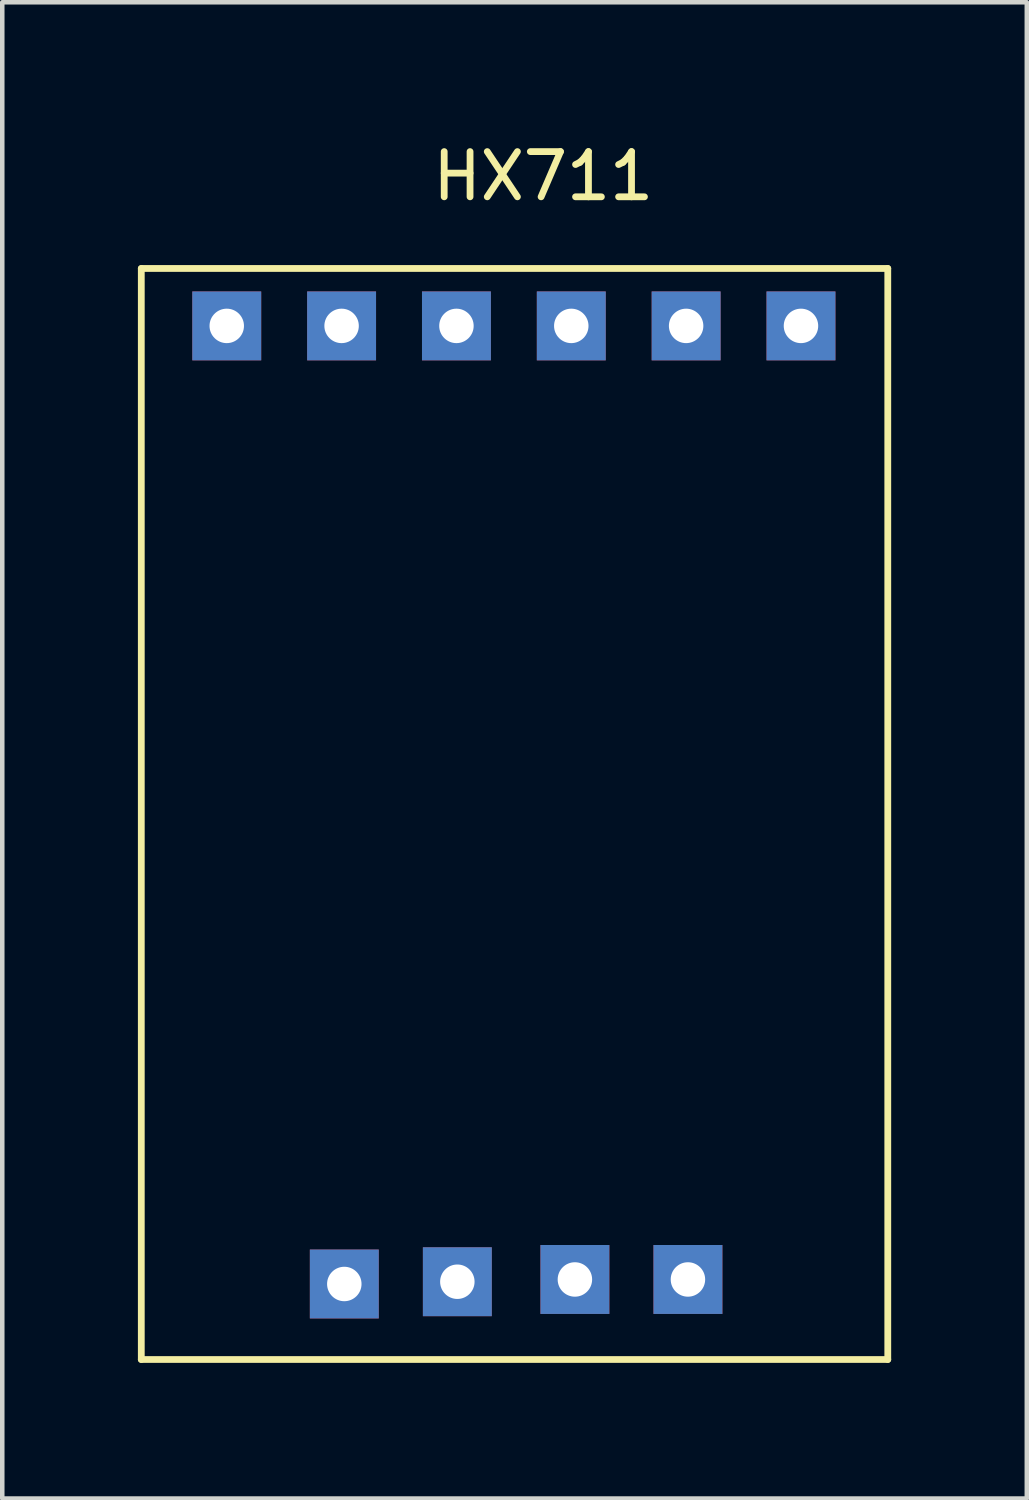
<source format=kicad_pcb>
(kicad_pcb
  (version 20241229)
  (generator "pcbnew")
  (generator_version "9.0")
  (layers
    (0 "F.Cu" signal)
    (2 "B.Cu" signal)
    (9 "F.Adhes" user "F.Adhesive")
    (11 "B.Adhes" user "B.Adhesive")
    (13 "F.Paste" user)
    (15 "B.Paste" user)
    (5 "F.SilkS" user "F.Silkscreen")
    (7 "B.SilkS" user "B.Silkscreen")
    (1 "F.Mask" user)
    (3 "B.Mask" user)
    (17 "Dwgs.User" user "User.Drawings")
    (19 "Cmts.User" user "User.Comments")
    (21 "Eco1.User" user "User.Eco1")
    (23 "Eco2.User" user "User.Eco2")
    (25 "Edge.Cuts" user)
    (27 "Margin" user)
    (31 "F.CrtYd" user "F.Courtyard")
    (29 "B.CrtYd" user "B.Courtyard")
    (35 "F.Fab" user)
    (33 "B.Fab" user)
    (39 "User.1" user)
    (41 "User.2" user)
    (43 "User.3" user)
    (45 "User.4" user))
  (footprint "HX711"
    (layer "F.Cu")
    (at 8.965 0.348)
    (property "Reference" "HX711" (at 0 0.5 0) (layer "F.SilkS") (effects (font (size 1 1) (thickness 0.15))))
    (attr through_hole)
    (fp_line (start -8.89 2.54) (end -8.89 26.67) (stroke (width 0.15) (type solid)) (layer "F.SilkS"))
    (fp_line (start -8.89 2.54) (end 7.62 2.54) (stroke (width 0.15) (type solid)) (layer "F.SilkS"))
    (fp_line (start -8.89 26.67) (end 7.62 26.67) (stroke (width 0.15) (type solid)) (layer "F.SilkS"))
    (fp_line (start 7.62 26.67) (end 7.62 2.54) (stroke (width 0.15) (type solid)) (layer "F.SilkS"))
    (pad "1" thru_hole rect (at 5.7 3.81) (size 1.524 1.524) (drill 0.762) (layers "*.Cu" "*.Mask"))
    (pad "2" thru_hole rect (at 3.16 3.81) (size 1.524 1.524) (drill 0.762) (layers "*.Cu" "*.Mask"))
    (pad "3" thru_hole rect (at 0.62 3.81) (size 1.524 1.524) (drill 0.762) (layers "*.Cu" "*.Mask"))
    (pad "4" thru_hole rect (at -1.92 3.81) (size 1.524 1.524) (drill 0.762) (layers "*.Cu" "*.Mask"))
    (pad "5" thru_hole rect (at -4.46 3.81) (size 1.524 1.524) (drill 0.762) (layers "*.Cu" "*.Mask"))
    (pad "6" thru_hole rect (at -7 3.81) (size 1.524 1.524) (drill 0.762) (layers "*.Cu" "*.Mask"))
    (pad "7" thru_hole rect (at -4.4 25) (size 1.524 1.524) (drill 0.762) (layers "*.Cu" "*.Mask"))
    (pad "8" thru_hole rect (at -1.9 24.95) (size 1.524 1.524) (drill 0.762) (layers "*.Cu" "*.Mask"))
    (pad "9" thru_hole rect (at 0.7 24.9) (size 1.524 1.524) (drill 0.762) (layers "*.Cu" "*.Mask"))
    (pad "10" thru_hole rect (at 3.2 24.9) (size 1.524 1.524) (drill 0.762) (layers "*.Cu" "*.Mask")))
  (gr_rect
    (start -3 -3)
    (end 19.66 30.093)
    (stroke (width 0.1) (type default))
    (fill no)
    (layer "Edge.Cuts")))
</source>
